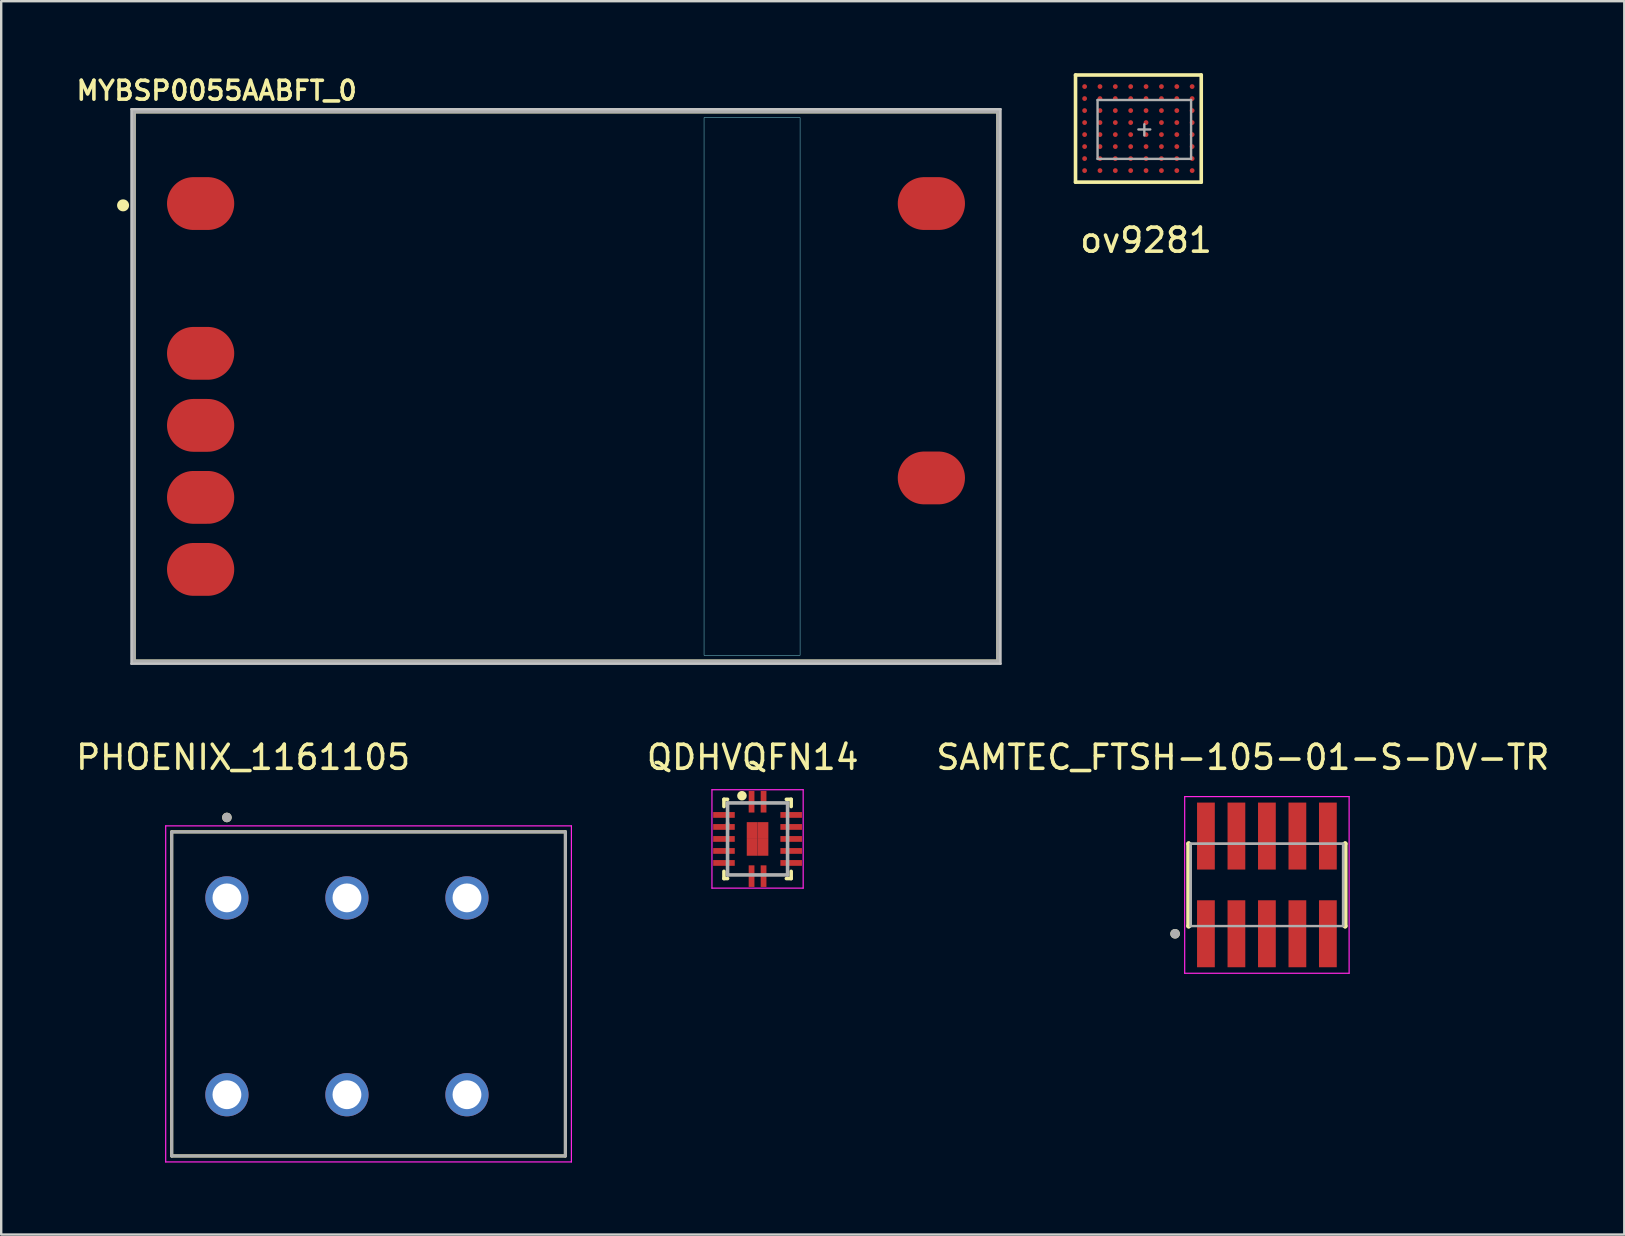
<source format=kicad_pcb>
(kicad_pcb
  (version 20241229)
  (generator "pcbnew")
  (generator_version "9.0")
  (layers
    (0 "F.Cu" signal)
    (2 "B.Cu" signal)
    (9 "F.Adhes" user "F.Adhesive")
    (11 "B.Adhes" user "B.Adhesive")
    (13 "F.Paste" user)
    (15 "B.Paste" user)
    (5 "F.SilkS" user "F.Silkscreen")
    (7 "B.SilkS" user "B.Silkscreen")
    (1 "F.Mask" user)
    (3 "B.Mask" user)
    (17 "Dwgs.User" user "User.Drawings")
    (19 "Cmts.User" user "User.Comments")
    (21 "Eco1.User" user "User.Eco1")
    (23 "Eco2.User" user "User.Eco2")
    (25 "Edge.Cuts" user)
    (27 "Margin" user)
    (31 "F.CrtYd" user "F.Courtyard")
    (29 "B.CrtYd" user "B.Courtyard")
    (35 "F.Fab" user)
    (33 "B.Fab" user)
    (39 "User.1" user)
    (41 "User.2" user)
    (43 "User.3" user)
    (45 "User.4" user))
  (footprint "MYBSP0055AABFT_0"
    (layer "F.Cu")
    (at 21.577 11.849)
    (property "Reference" "MYBSP0055AABFT_0" (at -15.6 -11.125 0) (layer "F.SilkS") (effects (font (size 0.787 0.787) (thickness 0.15))))
    (attr smd)
    (fp_line (start -19.05 -10.25) (end 16.95 -10.25) (stroke (width 0.15) (type solid)) (layer "F.SilkS"))
    (fp_line (start -19.05 12.65) (end -19.05 -10.25) (stroke (width 0.15) (type solid)) (layer "F.SilkS"))
    (fp_line (start -19.05 12.65) (end 16.95 12.65) (stroke (width 0.15) (type solid)) (layer "F.SilkS"))
    (fp_line (start 16.95 12.65) (end 16.95 -10.25) (stroke (width 0.15) (type solid)) (layer "F.SilkS"))
    (fp_circle (center -19.5 -6.345) (end -19.25 -6.345) (stroke (width 0) (type solid)) (fill yes) (layer "F.SilkS"))
    (fp_line (start -19.15 -10.35) (end 17.05 -10.35) (stroke (width 0.1) (type solid)) (layer "Dwgs.User"))
    (fp_line (start -19.15 12.75) (end -19.15 -10.35) (stroke (width 0.1) (type solid)) (layer "Dwgs.User"))
    (fp_line (start 17.05 -10.35) (end 17.05 12.75) (stroke (width 0.1) (type solid)) (layer "Dwgs.User"))
    (fp_line (start 17.05 12.75) (end -19.15 12.75) (stroke (width 0.1) (type solid)) (layer "Dwgs.User"))
    (fp_poly (pts (xy 4.7 -10) (xy 8.7 -10) (xy 8.7 12.4) (xy 4.7 12.4)) (stroke (width 0.01) (type solid)) (fill no) (layer "Dwgs.User"))
    (fp_poly (pts (xy 4.7 -10) (xy 8.7 -10) (xy 8.7 12.4) (xy 4.7 12.4)) (stroke (width 0.01) (type solid)) (fill no) (layer "B.CrtYd"))
    (fp_line (start -19.05 -10.25) (end 16.95 -10.25) (stroke (width 0.15) (type solid)) (layer "F.Fab"))
    (fp_line (start -19.05 12.65) (end -19.05 -10.25) (stroke (width 0.15) (type solid)) (layer "F.Fab"))
    (fp_line (start 16.95 -10.25) (end 16.95 12.65) (stroke (width 0.15) (type solid)) (layer "F.Fab"))
    (fp_line (start 16.95 12.65) (end -19.05 12.65) (stroke (width 0.15) (type solid)) (layer "F.Fab"))
    (pad "1" smd oval (at -16.27 -6.42) (size 2.8 2.2) (layers "F.Cu" "F.Mask" "F.Paste"))
    (pad "2" smd oval (at -16.27 -0.18) (size 2.8 2.2) (layers "F.Cu" "F.Mask" "F.Paste"))
    (pad "3" smd oval (at -16.27 2.82) (size 2.8 2.2) (layers "F.Cu" "F.Mask" "F.Paste"))
    (pad "4" smd oval (at -16.27 5.82) (size 2.8 2.2) (layers "F.Cu" "F.Mask" "F.Paste"))
    (pad "5" smd oval (at -16.27 8.82) (size 2.8 2.2) (layers "F.Cu" "F.Mask" "F.Paste"))
    (pad "6" smd oval (at 14.17 5.01) (size 2.8 2.2) (layers "F.Cu" "F.Mask" "F.Paste"))
    (pad "7" smd oval (at 14.17 -6.42) (size 2.8 2.2) (layers "F.Cu" "F.Mask" "F.Paste")))
  (footprint "PHOENIX_1161105"
    (layer "F.Cu")
    (at 4.102 45.102)
    (property "Reference" "PHOENIX_1161105" (at 2.975 -16.605 0) (layer "F.SilkS") (effects (font (size 1 1) (thickness 0.15))))
    (attr through_hole)
    (fp_line (start 0 -13.5) (end 16.4 -13.5) (stroke (width 0.127) (type solid)) (layer "F.SilkS"))
    (fp_line (start 0 0) (end 0 -13.5) (stroke (width 0.127) (type solid)) (layer "F.SilkS"))
    (fp_line (start 16.4 -13.5) (end 16.4 0) (stroke (width 0.127) (type solid)) (layer "F.SilkS"))
    (fp_line (start 16.4 0) (end 0 0) (stroke (width 0.127) (type solid)) (layer "F.SilkS"))
    (fp_circle (center 2.3 -14.1) (end 2.4 -14.1) (stroke (width 0.2) (type solid)) (fill no) (layer "F.SilkS"))
    (fp_line (start -0.25 -13.75) (end -0.25 0.25) (stroke (width 0.05) (type solid)) (layer "F.CrtYd"))
    (fp_line (start -0.25 0.25) (end 16.65 0.25) (stroke (width 0.05) (type solid)) (layer "F.CrtYd"))
    (fp_line (start 16.65 -13.75) (end -0.25 -13.75) (stroke (width 0.05) (type solid)) (layer "F.CrtYd"))
    (fp_line (start 16.65 0.25) (end 16.65 -13.75) (stroke (width 0.05) (type solid)) (layer "F.CrtYd"))
    (fp_line (start 0 -13.5) (end 16.4 -13.5) (stroke (width 0.127) (type solid)) (layer "F.Fab"))
    (fp_line (start 0 0) (end 0 -13.5) (stroke (width 0.127) (type solid)) (layer "F.Fab"))
    (fp_line (start 16.4 -13.5) (end 16.4 0) (stroke (width 0.127) (type solid)) (layer "F.Fab"))
    (fp_line (start 16.4 0) (end 0 0) (stroke (width 0.127) (type solid)) (layer "F.Fab"))
    (fp_circle (center 2.3 -14.1) (end 2.4 -14.1) (stroke (width 0.2) (type solid)) (fill no) (layer "F.Fab"))
    (pad "1_1" thru_hole circle (at 2.3 -10.75) (size 1.8 1.8) (drill 1.2) (layers "*.Cu" "*.Mask"))
    (pad "1_2" thru_hole circle (at 2.3 -2.55) (size 1.8 1.8) (drill 1.2) (layers "*.Cu" "*.Mask"))
    (pad "2_1" thru_hole circle (at 7.3 -10.75) (size 1.8 1.8) (drill 1.2) (layers "*.Cu" "*.Mask"))
    (pad "2_2" thru_hole circle (at 7.3 -2.55) (size 1.8 1.8) (drill 1.2) (layers "*.Cu" "*.Mask"))
    (pad "3_1" thru_hole circle (at 12.3 -10.75) (size 1.8 1.8) (drill 1.2) (layers "*.Cu" "*.Mask"))
    (pad "3_2" thru_hole circle (at 12.3 -2.55) (size 1.8 1.8) (drill 1.2) (layers "*.Cu" "*.Mask")))
  (footprint "SAMTEC_FTSH-105-01-S-DV-TR"
    (layer "F.Cu")
    (at 49.724 33.812)
    (property "Reference" "SAMTEC_FTSH-105-01-S-DV-TR" (at -1 -5.315 0) (layer "F.SilkS") (effects (font (size 1 1) (thickness 0.15))))
    (attr smd)
    (fp_line (start -3.26 -1.715) (end -3.26 -1.715) (stroke (width 0.2) (type solid)) (layer "F.SilkS"))
    (fp_line (start -3.26 1.715) (end -3.26 -1.715) (stroke (width 0.2) (type solid)) (layer "F.SilkS"))
    (fp_line (start -3.26 1.715) (end -3.26 1.715) (stroke (width 0.2) (type solid)) (layer "F.SilkS"))
    (fp_line (start 3.26 -1.715) (end 3.26 -1.715) (stroke (width 0.2) (type solid)) (layer "F.SilkS"))
    (fp_line (start 3.26 -1.715) (end 3.26 1.715) (stroke (width 0.2) (type solid)) (layer "F.SilkS"))
    (fp_line (start 3.26 1.715) (end 3.26 1.715) (stroke (width 0.2) (type solid)) (layer "F.SilkS"))
    (fp_circle (center -3.825 2.035) (end -3.725 2.035) (stroke (width 0.2) (type solid)) (fill no) (layer "F.SilkS"))
    (fp_line (start -3.425 -3.68) (end 3.425 -3.68) (stroke (width 0.05) (type solid)) (layer "F.CrtYd"))
    (fp_line (start -3.425 3.68) (end -3.425 -3.68) (stroke (width 0.05) (type solid)) (layer "F.CrtYd"))
    (fp_line (start 3.425 -3.68) (end 3.425 3.68) (stroke (width 0.05) (type solid)) (layer "F.CrtYd"))
    (fp_line (start 3.425 3.68) (end -3.425 3.68) (stroke (width 0.05) (type solid)) (layer "F.CrtYd"))
    (fp_line (start -3.175 -1.715) (end 3.175 -1.715) (stroke (width 0.1) (type solid)) (layer "F.Fab"))
    (fp_line (start -3.175 -1.715) (end 3.175 -1.715) (stroke (width 0.1) (type solid)) (layer "F.Fab"))
    (fp_line (start -3.175 1.715) (end -3.175 -1.715) (stroke (width 0.1) (type solid)) (layer "F.Fab"))
    (fp_line (start -3.175 1.715) (end -3.175 -1.715) (stroke (width 0.1) (type solid)) (layer "F.Fab"))
    (fp_line (start 3.175 -1.715) (end 3.175 1.715) (stroke (width 0.1) (type solid)) (layer "F.Fab"))
    (fp_line (start 3.175 -1.715) (end 3.175 1.715) (stroke (width 0.1) (type solid)) (layer "F.Fab"))
    (fp_line (start 3.175 1.715) (end -3.175 1.715) (stroke (width 0.1) (type solid)) (layer "F.Fab"))
    (fp_circle (center -3.825 2.035) (end -3.725 2.035) (stroke (width 0.2) (type solid)) (fill no) (layer "F.Fab"))
    (pad "1" smd rect (at -2.54 2.035) (size 0.74 2.79) (layers "F.Cu" "F.Mask" "F.Paste"))
    (pad "2" smd rect (at -2.54 -2.035) (size 0.74 2.79) (layers "F.Cu" "F.Mask" "F.Paste"))
    (pad "3" smd rect (at -1.27 2.035) (size 0.74 2.79) (layers "F.Cu" "F.Mask" "F.Paste"))
    (pad "4" smd rect (at -1.27 -2.035) (size 0.74 2.79) (layers "F.Cu" "F.Mask" "F.Paste"))
    (pad "5" smd rect (at 0 2.035) (size 0.74 2.79) (layers "F.Cu" "F.Mask" "F.Paste"))
    (pad "6" smd rect (at 0 -2.035) (size 0.74 2.79) (layers "F.Cu" "F.Mask" "F.Paste"))
    (pad "7" smd rect (at 1.27 2.035) (size 0.74 2.79) (layers "F.Cu" "F.Mask" "F.Paste"))
    (pad "8" smd rect (at 1.27 -2.035) (size 0.74 2.79) (layers "F.Cu" "F.Mask" "F.Paste"))
    (pad "9" smd rect (at 2.54 2.035) (size 0.74 2.79) (layers "F.Cu" "F.Mask" "F.Paste"))
    (pad "10" smd rect (at 2.54 -2.035) (size 0.74 2.79) (layers "F.Cu" "F.Mask" "F.Paste")))
  (footprint "QDHVQFN14"
    (layer "F.Cu")
    (at 28.507 31.897)
    (property "Reference" "QDHVQFN14" (at -0.2 -3.4 0) (layer "F.SilkS") (effects (font (size 1 1) (thickness 0.15))))
    (attr smd)
    (fp_line (start -1.4 -1.65) (end -1.25 -1.65) (stroke (width 0.15) (type solid)) (layer "F.SilkS"))
    (fp_line (start -1.4 -1.35) (end -1.4 -1.65) (stroke (width 0.15) (type solid)) (layer "F.SilkS"))
    (fp_line (start -1.4 1.35) (end -1.4 1.65) (stroke (width 0.15) (type solid)) (layer "F.SilkS"))
    (fp_line (start -1.4 1.65) (end -1.25 1.65) (stroke (width 0.15) (type solid)) (layer "F.SilkS"))
    (fp_line (start 1.4 -1.65) (end 1.2 -1.65) (stroke (width 0.15) (type solid)) (layer "F.SilkS"))
    (fp_line (start 1.4 -1.35) (end 1.4 -1.65) (stroke (width 0.15) (type solid)) (layer "F.SilkS"))
    (fp_line (start 1.4 1.35) (end 1.4 1.65) (stroke (width 0.15) (type solid)) (layer "F.SilkS"))
    (fp_line (start 1.4 1.65) (end 1.2 1.65) (stroke (width 0.15) (type solid)) (layer "F.SilkS"))
    (fp_circle (center -0.65 -1.8) (end -0.65 -1.7) (stroke (width 0.2) (type solid)) (fill no) (layer "F.SilkS"))
    (fp_line (start -1.9 -2.05) (end -1.9 2.05) (stroke (width 0.05) (type solid)) (layer "F.CrtYd"))
    (fp_line (start -1.9 2.05) (end 1.9 2.05) (stroke (width 0.05) (type solid)) (layer "F.CrtYd"))
    (fp_line (start 1.9 -2.05) (end -1.9 -2.05) (stroke (width 0.05) (type solid)) (layer "F.CrtYd"))
    (fp_line (start 1.9 2.05) (end 1.9 -2.05) (stroke (width 0.05) (type solid)) (layer "F.CrtYd"))
    (fp_line (start -1.25 -1.5) (end 1.25 -1.5) (stroke (width 0.15) (type solid)) (layer "F.Fab"))
    (fp_line (start -1.25 -0.65) (end -1.25 -1.5) (stroke (width 0.15) (type solid)) (layer "F.Fab"))
    (fp_line (start -1.25 1.5) (end -1.25 -0.65) (stroke (width 0.15) (type solid)) (layer "F.Fab"))
    (fp_line (start 1.25 -1.5) (end 1.25 1.5) (stroke (width 0.15) (type solid)) (layer "F.Fab"))
    (fp_line (start 1.25 1.5) (end -1.25 1.5) (stroke (width 0.15) (type solid)) (layer "F.Fab"))
    (pad "1" smd rect (at -0.25 -1.55) (size 0.24 0.9) (layers "F.Cu" "F.Mask" "F.Paste"))
    (pad "2" smd rect (at -1.4 -1 90) (size 0.24 0.9) (layers "F.Cu" "F.Mask" "F.Paste"))
    (pad "3" smd rect (at -1.4 -0.5 90) (size 0.24 0.9) (layers "F.Cu" "F.Mask" "F.Paste"))
    (pad "4" smd rect (at -1.4 0 90) (size 0.24 0.9) (layers "F.Cu" "F.Mask" "F.Paste"))
    (pad "5" smd rect (at -1.4 0.5 90) (size 0.24 0.9) (layers "F.Cu" "F.Mask" "F.Paste"))
    (pad "6" smd rect (at -1.4 1 90) (size 0.24 0.9) (layers "F.Cu" "F.Mask" "F.Paste"))
    (pad "7" smd rect (at -0.25 1.55) (size 0.24 0.9) (layers "F.Cu" "F.Mask" "F.Paste"))
    (pad "8" smd rect (at 0.25 1.55) (size 0.24 0.9) (layers "F.Cu" "F.Mask" "F.Paste"))
    (pad "9" smd rect (at 1.4 1 90) (size 0.24 0.9) (layers "F.Cu" "F.Mask" "F.Paste"))
    (pad "10" smd rect (at 1.4 0.5 90) (size 0.24 0.9) (layers "F.Cu" "F.Mask" "F.Paste"))
    (pad "11" smd rect (at 1.4 0 90) (size 0.24 0.9) (layers "F.Cu" "F.Mask" "F.Paste"))
    (pad "12" smd rect (at 1.4 -0.5 90) (size 0.24 0.9) (layers "F.Cu" "F.Mask" "F.Paste"))
    (pad "13" smd rect (at 1.4 -1 90) (size 0.24 0.9) (layers "F.Cu" "F.Mask" "F.Paste"))
    (pad "14" smd rect (at 0.25 -1.55) (size 0.24 0.9) (layers "F.Cu" "F.Mask" "F.Paste"))
    (pad "~" smd rect (at -0.225 -0.35 90) (size 0.7 0.45) (layers "F.Cu" "F.Mask" "F.Paste"))
    (pad "~" smd rect (at -0.225 0.35 90) (size 0.7 0.45) (layers "F.Cu" "F.Mask" "F.Paste"))
    (pad "~" smd rect (at 0.225 -0.35 90) (size 0.7 0.45) (layers "F.Cu" "F.Mask" "F.Paste"))
    (pad "~" smd rect (at 0.225 0.35 90) (size 0.7 0.45) (layers "F.Cu" "F.Mask" "F.Paste")))
  (footprint "ov9281"
    (layer "F.Cu")
    (at 44.618 2.342)
    (property "Reference" "ov9281" (at 0.072 4.614 0) (layer "F.SilkS") (effects (font (size 1 1) (thickness 0.15))))
    (attr through_hole)
    (fp_line (start -2.866 -2.268) (end -2.866 2.196) (stroke (width 0.15) (type solid)) (layer "F.SilkS"))
    (fp_line (start -2.866 -2.268) (end 2.371 -2.268) (stroke (width 0.15) (type solid)) (layer "F.SilkS"))
    (fp_line (start -2.866 2.196) (end 2.371 2.196) (stroke (width 0.15) (type solid)) (layer "F.SilkS"))
    (fp_line (start 2.371 -2.268) (end 2.371 2.196) (stroke (width 0.15) (type solid)) (layer "F.SilkS"))
    (fp_line (start -1.948 -1.226) (end -1.948 1.226) (stroke (width 0.1) (type solid)) (layer "F.Fab"))
    (fp_line (start -1.948 -1.226) (end 1.948 -1.226) (stroke (width 0.1) (type solid)) (layer "F.Fab"))
    (fp_line (start -1.948 1.226) (end 1.948 1.226) (stroke (width 0.1) (type solid)) (layer "F.Fab"))
    (fp_line (start -0.247 0) (end 0.247 0) (stroke (width 0.1) (type solid)) (layer "F.Fab"))
    (fp_line (start 0 0.252) (end 0 -0.216) (stroke (width 0.1) (type solid)) (layer "F.Fab"))
    (fp_line (start 1.948 -1.226) (end 1.948 1.226) (stroke (width 0.1) (type solid)) (layer "F.Fab"))
    (pad "A1" smd circle (at -2.487 -1.786) (size 0.2 0.2) (layers "F.Cu" "F.Mask" "F.Paste"))
    (pad "A2" smd circle (at -1.847 -1.786) (size 0.2 0.2) (layers "F.Cu" "F.Mask" "F.Paste"))
    (pad "A3" smd circle (at -1.208 -1.786) (size 0.2 0.2) (layers "F.Cu" "F.Mask" "F.Paste"))
    (pad "A4" smd circle (at -0.568 -1.786) (size 0.2 0.2) (layers "F.Cu" "F.Mask" "F.Paste"))
    (pad "A5" smd circle (at 0.072 -1.786) (size 0.2 0.2) (layers "F.Cu" "F.Mask" "F.Paste"))
    (pad "A6" smd circle (at 0.713 -1.786) (size 0.2 0.2) (layers "F.Cu" "F.Mask" "F.Paste"))
    (pad "A7" smd circle (at 1.353 -1.786) (size 0.2 0.2) (layers "F.Cu" "F.Mask" "F.Paste"))
    (pad "A8" smd circle (at 1.992 -1.786) (size 0.2 0.2) (layers "F.Cu" "F.Mask" "F.Paste"))
    (pad "B1" smd circle (at -2.487 -1.286) (size 0.2 0.2) (layers "F.Cu" "F.Mask" "F.Paste"))
    (pad "B2" smd circle (at -1.847 -1.286) (size 0.2 0.2) (layers "F.Cu" "F.Mask" "F.Paste"))
    (pad "B3" smd circle (at -1.208 -1.286) (size 0.2 0.2) (layers "F.Cu" "F.Mask" "F.Paste"))
    (pad "B4" smd circle (at -0.568 -1.286) (size 0.2 0.2) (layers "F.Cu" "F.Mask" "F.Paste"))
    (pad "B5" smd circle (at 0.072 -1.286) (size 0.2 0.2) (layers "F.Cu" "F.Mask" "F.Paste"))
    (pad "B6" smd circle (at 0.713 -1.286) (size 0.2 0.2) (layers "F.Cu" "F.Mask" "F.Paste"))
    (pad "B7" smd circle (at 1.353 -1.286) (size 0.2 0.2) (layers "F.Cu" "F.Mask" "F.Paste"))
    (pad "B8" smd circle (at 1.992 -1.286) (size 0.2 0.2) (layers "F.Cu" "F.Mask" "F.Paste"))
    (pad "C1" smd circle (at -2.487 -0.786) (size 0.2 0.2) (layers "F.Cu" "F.Mask" "F.Paste"))
    (pad "C2" smd circle (at -1.847 -0.786) (size 0.2 0.2) (layers "F.Cu" "F.Mask" "F.Paste"))
    (pad "C3" smd circle (at -1.208 -0.786) (size 0.2 0.2) (layers "F.Cu" "F.Mask" "F.Paste"))
    (pad "C4" smd circle (at -0.568 -0.786) (size 0.2 0.2) (layers "F.Cu" "F.Mask" "F.Paste"))
    (pad "C5" smd circle (at 0.072 -0.786) (size 0.2 0.2) (layers "F.Cu" "F.Mask" "F.Paste"))
    (pad "C6" smd circle (at 0.713 -0.786) (size 0.2 0.2) (layers "F.Cu" "F.Mask" "F.Paste"))
    (pad "C7" smd circle (at 1.353 -0.786) (size 0.2 0.2) (layers "F.Cu" "F.Mask" "F.Paste"))
    (pad "C8" smd circle (at 1.992 -0.786) (size 0.2 0.2) (layers "F.Cu" "F.Mask" "F.Paste"))
    (pad "D1" smd circle (at -2.487 -0.286) (size 0.2 0.2) (layers "F.Cu" "F.Mask" "F.Paste"))
    (pad "D2" smd circle (at -1.847 -0.286) (size 0.2 0.2) (layers "F.Cu" "F.Mask" "F.Paste"))
    (pad "D3" smd circle (at -1.208 -0.286) (size 0.2 0.2) (layers "F.Cu" "F.Mask" "F.Paste"))
    (pad "D4" smd circle (at -0.568 -0.286) (size 0.2 0.2) (layers "F.Cu" "F.Mask" "F.Paste"))
    (pad "D5" smd circle (at 0.072 -0.286) (size 0.2 0.2) (layers "F.Cu" "F.Mask" "F.Paste"))
    (pad "D6" smd circle (at 0.713 -0.286) (size 0.2 0.2) (layers "F.Cu" "F.Mask" "F.Paste"))
    (pad "D7" smd circle (at 1.353 -0.286) (size 0.2 0.2) (layers "F.Cu" "F.Mask" "F.Paste"))
    (pad "D8" smd circle (at 1.992 -0.286) (size 0.2 0.2) (layers "F.Cu" "F.Mask" "F.Paste"))
    (pad "E1" smd circle (at -2.487 0.214) (size 0.2 0.2) (layers "F.Cu" "F.Mask" "F.Paste"))
    (pad "E2" smd circle (at -1.847 0.214) (size 0.2 0.2) (layers "F.Cu" "F.Mask" "F.Paste"))
    (pad "E3" smd circle (at -1.208 0.214) (size 0.2 0.2) (layers "F.Cu" "F.Mask" "F.Paste"))
    (pad "E4" smd circle (at -0.568 0.214) (size 0.2 0.2) (layers "F.Cu" "F.Mask" "F.Paste"))
    (pad "E5" smd circle (at 0.072 0.214) (size 0.2 0.2) (layers "F.Cu" "F.Mask" "F.Paste"))
    (pad "E6" smd circle (at 0.713 0.214) (size 0.2 0.2) (layers "F.Cu" "F.Mask" "F.Paste"))
    (pad "E7" smd circle (at 1.353 0.214) (size 0.2 0.2) (layers "F.Cu" "F.Mask" "F.Paste"))
    (pad "E8" smd circle (at 1.992 0.214) (size 0.2 0.2) (layers "F.Cu" "F.Mask" "F.Paste"))
    (pad "F1" smd circle (at -2.487 0.714) (size 0.2 0.2) (layers "F.Cu" "F.Mask" "F.Paste"))
    (pad "F2" smd circle (at -1.847 0.714) (size 0.2 0.2) (layers "F.Cu" "F.Mask" "F.Paste"))
    (pad "F3" smd circle (at -1.208 0.714) (size 0.2 0.2) (layers "F.Cu" "F.Mask" "F.Paste"))
    (pad "F4" smd circle (at -0.568 0.714) (size 0.2 0.2) (layers "F.Cu" "F.Mask" "F.Paste"))
    (pad "F5" smd circle (at 0.072 0.714) (size 0.2 0.2) (layers "F.Cu" "F.Mask" "F.Paste"))
    (pad "F6" smd circle (at 0.713 0.714) (size 0.2 0.2) (layers "F.Cu" "F.Mask" "F.Paste"))
    (pad "F7" smd circle (at 1.353 0.714) (size 0.2 0.2) (layers "F.Cu" "F.Mask" "F.Paste"))
    (pad "F8" smd circle (at 1.992 0.714) (size 0.2 0.2) (layers "F.Cu" "F.Mask" "F.Paste"))
    (pad "G1" smd circle (at -2.487 1.214) (size 0.2 0.2) (layers "F.Cu" "F.Mask" "F.Paste"))
    (pad "G2" smd circle (at -1.847 1.214) (size 0.2 0.2) (layers "F.Cu" "F.Mask" "F.Paste"))
    (pad "G3" smd circle (at -1.208 1.214) (size 0.2 0.2) (layers "F.Cu" "F.Mask" "F.Paste"))
    (pad "G4" smd circle (at -0.568 1.214) (size 0.2 0.2) (layers "F.Cu" "F.Mask" "F.Paste"))
    (pad "G5" smd circle (at 0.072 1.214) (size 0.2 0.2) (layers "F.Cu" "F.Mask" "F.Paste"))
    (pad "G6" smd circle (at 0.713 1.214) (size 0.2 0.2) (layers "F.Cu" "F.Mask" "F.Paste"))
    (pad "G7" smd circle (at 1.353 1.214) (size 0.2 0.2) (layers "F.Cu" "F.Mask" "F.Paste"))
    (pad "G8" smd circle (at 1.992 1.214) (size 0.2 0.2) (layers "F.Cu" "F.Mask" "F.Paste"))
    (pad "H1" smd circle (at -2.487 1.714) (size 0.2 0.2) (layers "F.Cu" "F.Mask" "F.Paste"))
    (pad "H2" smd circle (at -1.847 1.714) (size 0.2 0.2) (layers "F.Cu" "F.Mask" "F.Paste"))
    (pad "H3" smd circle (at -1.208 1.714) (size 0.2 0.2) (layers "F.Cu" "F.Mask" "F.Paste"))
    (pad "H4" smd circle (at -0.568 1.714) (size 0.2 0.2) (layers "F.Cu" "F.Mask" "F.Paste"))
    (pad "H5" smd circle (at 0.072 1.714) (size 0.2 0.2) (layers "F.Cu" "F.Mask" "F.Paste"))
    (pad "H6" smd circle (at 0.713 1.714) (size 0.2 0.2) (layers "F.Cu" "F.Mask" "F.Paste"))
    (pad "H7" smd circle (at 1.353 1.714) (size 0.2 0.2) (layers "F.Cu" "F.Mask" "F.Paste"))
    (pad "H8" smd circle (at 1.992 1.714) (size 0.2 0.2) (layers "F.Cu" "F.Mask" "F.Paste")))
  (gr_rect
    (start -3 -3)
    (end 64.611 48.377)
    (stroke (width 0.1) (type default))
    (fill no)
    (layer "Edge.Cuts")))
</source>
